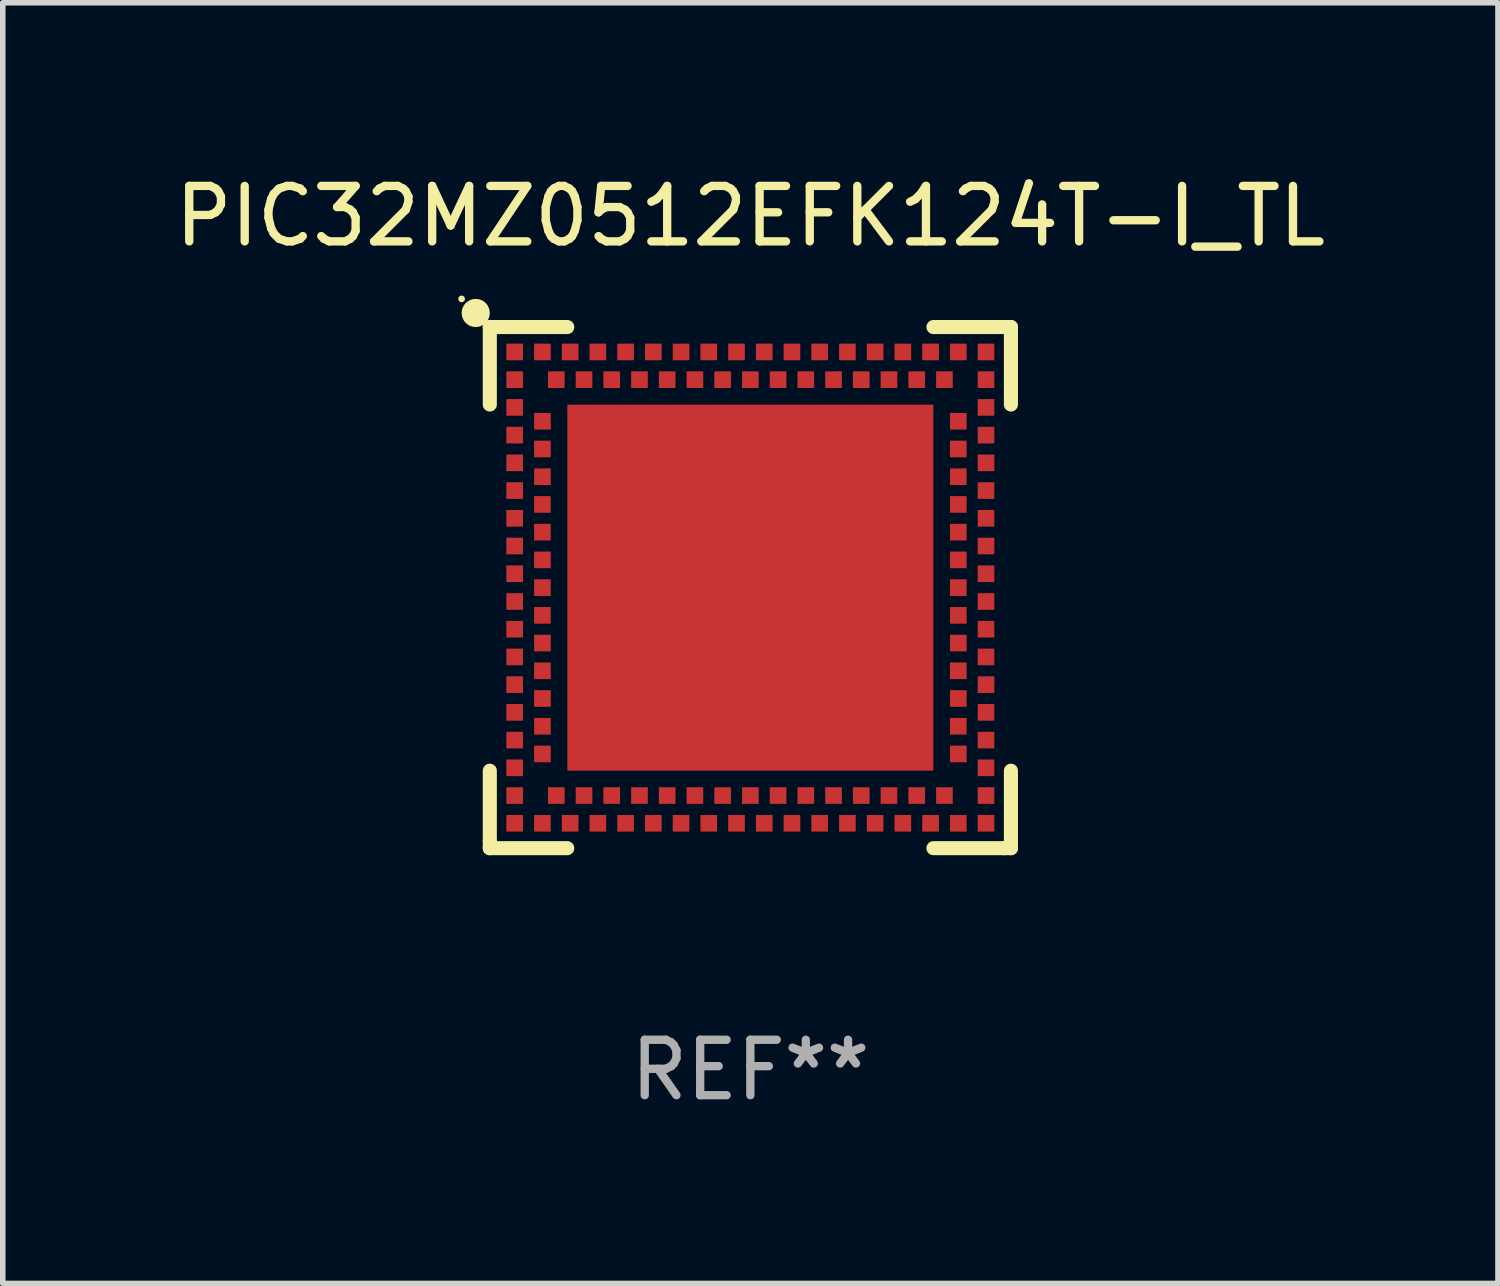
<source format=kicad_pcb>
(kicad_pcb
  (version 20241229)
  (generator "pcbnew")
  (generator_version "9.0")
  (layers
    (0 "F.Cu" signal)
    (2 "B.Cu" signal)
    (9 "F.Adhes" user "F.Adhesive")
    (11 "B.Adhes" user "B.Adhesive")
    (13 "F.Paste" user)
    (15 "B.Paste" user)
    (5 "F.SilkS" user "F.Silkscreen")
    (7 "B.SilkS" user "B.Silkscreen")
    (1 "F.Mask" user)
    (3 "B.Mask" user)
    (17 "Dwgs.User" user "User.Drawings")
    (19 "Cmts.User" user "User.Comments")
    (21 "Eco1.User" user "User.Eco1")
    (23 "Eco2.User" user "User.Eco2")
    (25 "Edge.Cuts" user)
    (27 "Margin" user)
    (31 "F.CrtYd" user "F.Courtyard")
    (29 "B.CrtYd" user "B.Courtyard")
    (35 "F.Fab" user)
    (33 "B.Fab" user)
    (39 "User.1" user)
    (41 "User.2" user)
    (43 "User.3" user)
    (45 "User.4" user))
  (footprint "PIC32MZ0512EFK124T-I_TL"
    (layer "F.Cu")
    (at 10.482 7.547)
    (property "Reference" "PIC32MZ0512EFK124T-I_TL" (at 0 -6.699 0) (layer "F.SilkS") (effects (font (size 1 1) (thickness 0.15))))
    (attr through_hole)
    (fp_line (start -4.699 -4.699) (end -4.699 -3.302) (stroke (width 0.254) (type solid)) (layer "F.SilkS"))
    (fp_line (start -4.699 3.302) (end -4.699 4.572) (stroke (width 0.254) (type solid)) (layer "F.SilkS"))
    (fp_line (start -4.699 4.572) (end -4.699 4.699) (stroke (width 0.254) (type solid)) (layer "F.SilkS"))
    (fp_line (start -4.699 4.699) (end -3.302 4.699) (stroke (width 0.254) (type solid)) (layer "F.SilkS"))
    (fp_line (start -4.572 -4.699) (end -4.699 -4.699) (stroke (width 0.254) (type solid)) (layer "F.SilkS"))
    (fp_line (start -3.302 -4.699) (end -4.572 -4.699) (stroke (width 0.254) (type solid)) (layer "F.SilkS"))
    (fp_line (start 3.302 4.699) (end 4.572 4.699) (stroke (width 0.254) (type solid)) (layer "F.SilkS"))
    (fp_line (start 4.572 4.699) (end 4.699 4.699) (stroke (width 0.254) (type solid)) (layer "F.SilkS"))
    (fp_line (start 4.699 -4.699) (end 3.302 -4.699) (stroke (width 0.254) (type solid)) (layer "F.SilkS"))
    (fp_line (start 4.699 -4.572) (end 4.699 -4.699) (stroke (width 0.254) (type solid)) (layer "F.SilkS"))
    (fp_line (start 4.699 -3.302) (end 4.699 -4.572) (stroke (width 0.254) (type solid)) (layer "F.SilkS"))
    (fp_line (start 4.699 4.699) (end 4.699 3.302) (stroke (width 0.254) (type solid)) (layer "F.SilkS"))
    (fp_circle (center -5.207 -5.207) (end -5.177 -5.207) (stroke (width 0.06) (type solid)) (fill no) (layer "F.SilkS"))
    (fp_circle (center -4.953 -4.953) (end -4.826 -4.953) (stroke (width 0.254) (type solid)) (fill no) (layer "F.SilkS"))
    (fp_text user "REF**" (at 0 8.699 0) (layer "F.Fab") (effects (font (size 1 1) (thickness 0.15))))
    (pad "125" smd rect (at 0.000025 -0.000102 90) (size 6.6 6.6) (layers "F.Cu" "F.Mask" "F.Paste"))
    (pad "A1" smd rect (at -4.25 -3.75 90) (size 0.3 0.3) (layers "F.Cu" "F.Mask" "F.Paste"))
    (pad "A2" smd rect (at -4.25 -3.25 90) (size 0.3 0.3) (layers "F.Cu" "F.Mask" "F.Paste"))
    (pad "A3" smd rect (at -4.25 -2.75 90) (size 0.3 0.3) (layers "F.Cu" "F.Mask" "F.Paste"))
    (pad "A4" smd rect (at -4.25 -2.25 90) (size 0.3 0.3) (layers "F.Cu" "F.Mask" "F.Paste"))
    (pad "A5" smd rect (at -4.25 -1.75 90) (size 0.3 0.3) (layers "F.Cu" "F.Mask" "F.Paste"))
    (pad "A6" smd rect (at -4.25 -1.25 90) (size 0.3 0.3) (layers "F.Cu" "F.Mask" "F.Paste"))
    (pad "A7" smd rect (at -4.25 -0.75 90) (size 0.3 0.3) (layers "F.Cu" "F.Mask" "F.Paste"))
    (pad "A8" smd rect (at -4.25 -0.25 90) (size 0.3 0.3) (layers "F.Cu" "F.Mask" "F.Paste"))
    (pad "A9" smd rect (at -4.25 0.25 90) (size 0.3 0.3) (layers "F.Cu" "F.Mask" "F.Paste"))
    (pad "A10" smd rect (at -4.25 0.75 90) (size 0.3 0.3) (layers "F.Cu" "F.Mask" "F.Paste"))
    (pad "A11" smd rect (at -4.25 1.25 90) (size 0.3 0.3) (layers "F.Cu" "F.Mask" "F.Paste"))
    (pad "A12" smd rect (at -4.25 1.75 90) (size 0.3 0.3) (layers "F.Cu" "F.Mask" "F.Paste"))
    (pad "A13" smd rect (at -4.25 2.25 90) (size 0.3 0.3) (layers "F.Cu" "F.Mask" "F.Paste"))
    (pad "A14" smd rect (at -4.25 2.75 90) (size 0.3 0.3) (layers "F.Cu" "F.Mask" "F.Paste"))
    (pad "A15" smd rect (at -4.25 3.25 90) (size 0.3 0.3) (layers "F.Cu" "F.Mask" "F.Paste"))
    (pad "A16" smd rect (at -4.25 3.75 90) (size 0.3 0.3) (layers "F.Cu" "F.Mask" "F.Paste"))
    (pad "A17" smd rect (at -4.25 4.25 90) (size 0.3 0.3) (layers "F.Cu" "F.Mask" "F.Paste"))
    (pad "A18" smd rect (at -3.75 4.25 90) (size 0.3 0.3) (layers "F.Cu" "F.Mask" "F.Paste"))
    (pad "A19" smd rect (at -3.25 4.25 90) (size 0.3 0.3) (layers "F.Cu" "F.Mask" "F.Paste"))
    (pad "A20" smd rect (at -2.75 4.25 90) (size 0.3 0.3) (layers "F.Cu" "F.Mask" "F.Paste"))
    (pad "A21" smd rect (at -2.25 4.25 90) (size 0.3 0.3) (layers "F.Cu" "F.Mask" "F.Paste"))
    (pad "A22" smd rect (at -1.75 4.25 90) (size 0.3 0.3) (layers "F.Cu" "F.Mask" "F.Paste"))
    (pad "A23" smd rect (at -1.25 4.25 90) (size 0.3 0.3) (layers "F.Cu" "F.Mask" "F.Paste"))
    (pad "A24" smd rect (at -0.75 4.25 90) (size 0.3 0.3) (layers "F.Cu" "F.Mask" "F.Paste"))
    (pad "A25" smd rect (at -0.25 4.25 90) (size 0.3 0.3) (layers "F.Cu" "F.Mask" "F.Paste"))
    (pad "A26" smd rect (at 0.25 4.25 90) (size 0.3 0.3) (layers "F.Cu" "F.Mask" "F.Paste"))
    (pad "A27" smd rect (at 0.75 4.25 90) (size 0.3 0.3) (layers "F.Cu" "F.Mask" "F.Paste"))
    (pad "A28" smd rect (at 1.25 4.25 90) (size 0.3 0.3) (layers "F.Cu" "F.Mask" "F.Paste"))
    (pad "A29" smd rect (at 1.75 4.25 90) (size 0.3 0.3) (layers "F.Cu" "F.Mask" "F.Paste"))
    (pad "A30" smd rect (at 2.25 4.25 90) (size 0.3 0.3) (layers "F.Cu" "F.Mask" "F.Paste"))
    (pad "A31" smd rect (at 2.75 4.25 90) (size 0.3 0.3) (layers "F.Cu" "F.Mask" "F.Paste"))
    (pad "A32" smd rect (at 3.25 4.25 90) (size 0.3 0.3) (layers "F.Cu" "F.Mask" "F.Paste"))
    (pad "A33" smd rect (at 3.75 4.25 90) (size 0.3 0.3) (layers "F.Cu" "F.Mask" "F.Paste"))
    (pad "A34" smd rect (at 4.25 4.25 90) (size 0.3 0.3) (layers "F.Cu" "F.Mask" "F.Paste"))
    (pad "A35" smd rect (at 4.25 3.75 90) (size 0.3 0.3) (layers "F.Cu" "F.Mask" "F.Paste"))
    (pad "A36" smd rect (at 4.25 3.25 90) (size 0.3 0.3) (layers "F.Cu" "F.Mask" "F.Paste"))
    (pad "A37" smd rect (at 4.25 2.75 90) (size 0.3 0.3) (layers "F.Cu" "F.Mask" "F.Paste"))
    (pad "A38" smd rect (at 4.25 2.25 90) (size 0.3 0.3) (layers "F.Cu" "F.Mask" "F.Paste"))
    (pad "A39" smd rect (at 4.25 1.75 90) (size 0.3 0.3) (layers "F.Cu" "F.Mask" "F.Paste"))
    (pad "A40" smd rect (at 4.25 1.25 90) (size 0.3 0.3) (layers "F.Cu" "F.Mask" "F.Paste"))
    (pad "A41" smd rect (at 4.25 0.75 90) (size 0.3 0.3) (layers "F.Cu" "F.Mask" "F.Paste"))
    (pad "A42" smd rect (at 4.25 0.25 90) (size 0.3 0.3) (layers "F.Cu" "F.Mask" "F.Paste"))
    (pad "A43" smd rect (at 4.25 -0.25 90) (size 0.3 0.3) (layers "F.Cu" "F.Mask" "F.Paste"))
    (pad "A44" smd rect (at 4.25 -0.75 90) (size 0.3 0.3) (layers "F.Cu" "F.Mask" "F.Paste"))
    (pad "A45" smd rect (at 4.25 -1.25 90) (size 0.3 0.3) (layers "F.Cu" "F.Mask" "F.Paste"))
    (pad "A46" smd rect (at 4.25 -1.75 90) (size 0.3 0.3) (layers "F.Cu" "F.Mask" "F.Paste"))
    (pad "A47" smd rect (at 4.25 -2.25 90) (size 0.3 0.3) (layers "F.Cu" "F.Mask" "F.Paste"))
    (pad "A48" smd rect (at 4.25 -2.75 90) (size 0.3 0.3) (layers "F.Cu" "F.Mask" "F.Paste"))
    (pad "A49" smd rect (at 4.25 -3.25 90) (size 0.3 0.3) (layers "F.Cu" "F.Mask" "F.Paste"))
    (pad "A50" smd rect (at 4.25 -3.75 90) (size 0.3 0.3) (layers "F.Cu" "F.Mask" "F.Paste"))
    (pad "A51" smd rect (at 4.25 -4.25 90) (size 0.3 0.3) (layers "F.Cu" "F.Mask" "F.Paste"))
    (pad "A52" smd rect (at 3.75 -4.25 90) (size 0.3 0.3) (layers "F.Cu" "F.Mask" "F.Paste"))
    (pad "A53" smd rect (at 3.25 -4.25 90) (size 0.3 0.3) (layers "F.Cu" "F.Mask" "F.Paste"))
    (pad "A54" smd rect (at 2.75 -4.25 90) (size 0.3 0.3) (layers "F.Cu" "F.Mask" "F.Paste"))
    (pad "A55" smd rect (at 2.25 -4.25 90) (size 0.3 0.3) (layers "F.Cu" "F.Mask" "F.Paste"))
    (pad "A56" smd rect (at 1.75 -4.25 90) (size 0.3 0.3) (layers "F.Cu" "F.Mask" "F.Paste"))
    (pad "A57" smd rect (at 1.25 -4.25 90) (size 0.3 0.3) (layers "F.Cu" "F.Mask" "F.Paste"))
    (pad "A58" smd rect (at 0.75 -4.25 90) (size 0.3 0.3) (layers "F.Cu" "F.Mask" "F.Paste"))
    (pad "A59" smd rect (at 0.25 -4.25 90) (size 0.3 0.3) (layers "F.Cu" "F.Mask" "F.Paste"))
    (pad "A60" smd rect (at -0.25 -4.25 90) (size 0.3 0.3) (layers "F.Cu" "F.Mask" "F.Paste"))
    (pad "A61" smd rect (at -0.75 -4.25 90) (size 0.3 0.3) (layers "F.Cu" "F.Mask" "F.Paste"))
    (pad "A62" smd rect (at -1.25 -4.25 90) (size 0.3 0.3) (layers "F.Cu" "F.Mask" "F.Paste"))
    (pad "A63" smd rect (at -1.75 -4.25 90) (size 0.3 0.3) (layers "F.Cu" "F.Mask" "F.Paste"))
    (pad "A64" smd rect (at -2.25 -4.25 90) (size 0.3 0.3) (layers "F.Cu" "F.Mask" "F.Paste"))
    (pad "A65" smd rect (at -2.75 -4.25 90) (size 0.3 0.3) (layers "F.Cu" "F.Mask" "F.Paste"))
    (pad "A66" smd rect (at -3.25 -4.25 90) (size 0.3 0.3) (layers "F.Cu" "F.Mask" "F.Paste"))
    (pad "A67" smd rect (at -3.75 -4.25 90) (size 0.3 0.3) (layers "F.Cu" "F.Mask" "F.Paste"))
    (pad "A68" smd rect (at -4.25 -4.25 90) (size 0.3 0.3) (layers "F.Cu" "F.Mask" "F.Paste"))
    (pad "B1" smd rect (at -3.75 -3 90) (size 0.3 0.3) (layers "F.Cu" "F.Mask" "F.Paste"))
    (pad "B2" smd rect (at -3.75 -2.5 90) (size 0.3 0.3) (layers "F.Cu" "F.Mask" "F.Paste"))
    (pad "B3" smd rect (at -3.75 -2 90) (size 0.3 0.3) (layers "F.Cu" "F.Mask" "F.Paste"))
    (pad "B4" smd rect (at -3.75 -1.5 90) (size 0.3 0.3) (layers "F.Cu" "F.Mask" "F.Paste"))
    (pad "B5" smd rect (at -3.75 -1 90) (size 0.3 0.3) (layers "F.Cu" "F.Mask" "F.Paste"))
    (pad "B6" smd rect (at -3.75 -0.5 90) (size 0.3 0.3) (layers "F.Cu" "F.Mask" "F.Paste"))
    (pad "B7" smd rect (at -3.75 -0.000102 90) (size 0.3 0.3) (layers "F.Cu" "F.Mask" "F.Paste"))
    (pad "B8" smd rect (at -3.75 0.5 90) (size 0.3 0.3) (layers "F.Cu" "F.Mask" "F.Paste"))
    (pad "B9" smd rect (at -3.75 1 90) (size 0.3 0.3) (layers "F.Cu" "F.Mask" "F.Paste"))
    (pad "B10" smd rect (at -3.75 1.5 90) (size 0.3 0.3) (layers "F.Cu" "F.Mask" "F.Paste"))
    (pad "B11" smd rect (at -3.75 2 90) (size 0.3 0.3) (layers "F.Cu" "F.Mask" "F.Paste"))
    (pad "B12" smd rect (at -3.75 2.5 90) (size 0.3 0.3) (layers "F.Cu" "F.Mask" "F.Paste"))
    (pad "B13" smd rect (at -3.75 3 90) (size 0.3 0.3) (layers "F.Cu" "F.Mask" "F.Paste"))
    (pad "B14" smd rect (at -3.5 3.75 90) (size 0.3 0.3) (layers "F.Cu" "F.Mask" "F.Paste"))
    (pad "B15" smd rect (at -3 3.75 90) (size 0.3 0.3) (layers "F.Cu" "F.Mask" "F.Paste"))
    (pad "B16" smd rect (at -2.5 3.75 90) (size 0.3 0.3) (layers "F.Cu" "F.Mask" "F.Paste"))
    (pad "B17" smd rect (at -2 3.75 90) (size 0.3 0.3) (layers "F.Cu" "F.Mask" "F.Paste"))
    (pad "B18" smd rect (at -1.5 3.75 90) (size 0.3 0.3) (layers "F.Cu" "F.Mask" "F.Paste"))
    (pad "B19" smd rect (at -1 3.75 90) (size 0.3 0.3) (layers "F.Cu" "F.Mask" "F.Paste"))
    (pad "B20" smd rect (at -0.5 3.75 90) (size 0.3 0.3) (layers "F.Cu" "F.Mask" "F.Paste"))
    (pad "B21" smd rect (at 0.000025 3.75 90) (size 0.3 0.3) (layers "F.Cu" "F.Mask" "F.Paste"))
    (pad "B22" smd rect (at 0.5 3.75 90) (size 0.3 0.3) (layers "F.Cu" "F.Mask" "F.Paste"))
    (pad "B23" smd rect (at 1 3.75 90) (size 0.3 0.3) (layers "F.Cu" "F.Mask" "F.Paste"))
    (pad "B24" smd rect (at 1.5 3.75 90) (size 0.3 0.3) (layers "F.Cu" "F.Mask" "F.Paste"))
    (pad "B25" smd rect (at 2 3.75 90) (size 0.3 0.3) (layers "F.Cu" "F.Mask" "F.Paste"))
    (pad "B26" smd rect (at 2.5 3.75 90) (size 0.3 0.3) (layers "F.Cu" "F.Mask" "F.Paste"))
    (pad "B27" smd rect (at 3 3.75 90) (size 0.3 0.3) (layers "F.Cu" "F.Mask" "F.Paste"))
    (pad "B28" smd rect (at 3.5 3.75 90) (size 0.3 0.3) (layers "F.Cu" "F.Mask" "F.Paste"))
    (pad "B29" smd rect (at 3.75 3 90) (size 0.3 0.3) (layers "F.Cu" "F.Mask" "F.Paste"))
    (pad "B30" smd rect (at 3.75 2.5 90) (size 0.3 0.3) (layers "F.Cu" "F.Mask" "F.Paste"))
    (pad "B31" smd rect (at 3.75 2 90) (size 0.3 0.3) (layers "F.Cu" "F.Mask" "F.Paste"))
    (pad "B32" smd rect (at 3.75 1.5 90) (size 0.3 0.3) (layers "F.Cu" "F.Mask" "F.Paste"))
    (pad "B33" smd rect (at 3.75 1 90) (size 0.3 0.3) (layers "F.Cu" "F.Mask" "F.Paste"))
    (pad "B34" smd rect (at 3.75 0.5 90) (size 0.3 0.3) (layers "F.Cu" "F.Mask" "F.Paste"))
    (pad "B35" smd rect (at 3.75 -0.000102 90) (size 0.3 0.3) (layers "F.Cu" "F.Mask" "F.Paste"))
    (pad "B36" smd rect (at 3.75 -0.5 90) (size 0.3 0.3) (layers "F.Cu" "F.Mask" "F.Paste"))
    (pad "B37" smd rect (at 3.75 -1 90) (size 0.3 0.3) (layers "F.Cu" "F.Mask" "F.Paste"))
    (pad "B38" smd rect (at 3.75 -1.5 90) (size 0.3 0.3) (layers "F.Cu" "F.Mask" "F.Paste"))
    (pad "B39" smd rect (at 3.75 -2 90) (size 0.3 0.3) (layers "F.Cu" "F.Mask" "F.Paste"))
    (pad "B40" smd rect (at 3.75 -2.5 90) (size 0.3 0.3) (layers "F.Cu" "F.Mask" "F.Paste"))
    (pad "B41" smd rect (at 3.75 -3 90) (size 0.3 0.3) (layers "F.Cu" "F.Mask" "F.Paste"))
    (pad "B42" smd rect (at 3.5 -3.75 90) (size 0.3 0.3) (layers "F.Cu" "F.Mask" "F.Paste"))
    (pad "B43" smd rect (at 3 -3.75 90) (size 0.3 0.3) (layers "F.Cu" "F.Mask" "F.Paste"))
    (pad "B44" smd rect (at 2.5 -3.75 90) (size 0.3 0.3) (layers "F.Cu" "F.Mask" "F.Paste"))
    (pad "B45" smd rect (at 2 -3.75 90) (size 0.3 0.3) (layers "F.Cu" "F.Mask" "F.Paste"))
    (pad "B46" smd rect (at 1.5 -3.75 90) (size 0.3 0.3) (layers "F.Cu" "F.Mask" "F.Paste"))
    (pad "B47" smd rect (at 1 -3.75 90) (size 0.3 0.3) (layers "F.Cu" "F.Mask" "F.Paste"))
    (pad "B48" smd rect (at 0.5 -3.75 90) (size 0.3 0.3) (layers "F.Cu" "F.Mask" "F.Paste"))
    (pad "B49" smd rect (at 0.000025 -3.75 90) (size 0.3 0.3) (layers "F.Cu" "F.Mask" "F.Paste"))
    (pad "B50" smd rect (at -0.5 -3.75 90) (size 0.3 0.3) (layers "F.Cu" "F.Mask" "F.Paste"))
    (pad "B51" smd rect (at -1 -3.75 90) (size 0.3 0.3) (layers "F.Cu" "F.Mask" "F.Paste"))
    (pad "B52" smd rect (at -1.5 -3.75 90) (size 0.3 0.3) (layers "F.Cu" "F.Mask" "F.Paste"))
    (pad "B53" smd rect (at -2 -3.75 90) (size 0.3 0.3) (layers "F.Cu" "F.Mask" "F.Paste"))
    (pad "B54" smd rect (at -2.5 -3.75 90) (size 0.3 0.3) (layers "F.Cu" "F.Mask" "F.Paste"))
    (pad "B55" smd rect (at -3 -3.75 90) (size 0.3 0.3) (layers "F.Cu" "F.Mask" "F.Paste"))
    (pad "B56" smd rect (at -3.5 -3.75 90) (size 0.3 0.3) (layers "F.Cu" "F.Mask" "F.Paste")))
  (gr_rect
    (start -3 -3)
    (end 23.964 20.095)
    (stroke (width 0.1) (type default))
    (fill no)
    (layer "Edge.Cuts")))
</source>
